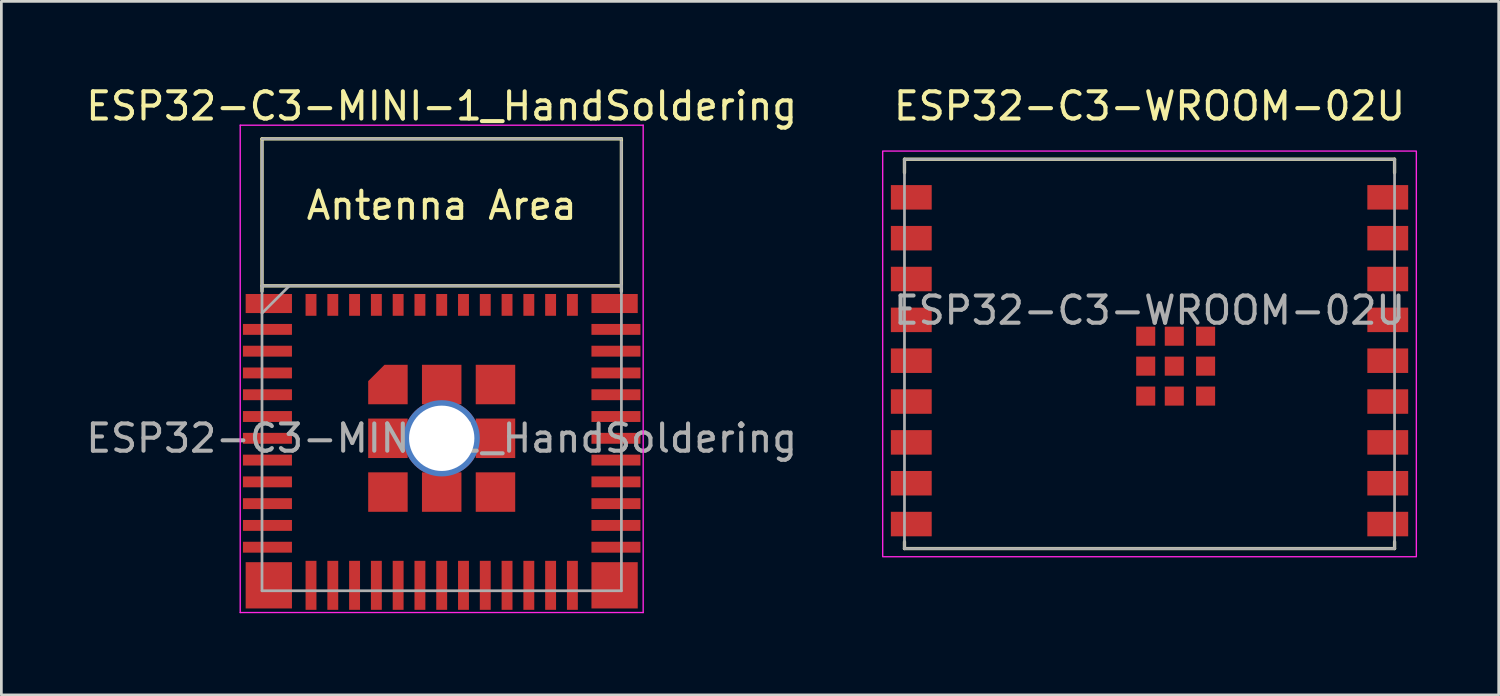
<source format=kicad_pcb>
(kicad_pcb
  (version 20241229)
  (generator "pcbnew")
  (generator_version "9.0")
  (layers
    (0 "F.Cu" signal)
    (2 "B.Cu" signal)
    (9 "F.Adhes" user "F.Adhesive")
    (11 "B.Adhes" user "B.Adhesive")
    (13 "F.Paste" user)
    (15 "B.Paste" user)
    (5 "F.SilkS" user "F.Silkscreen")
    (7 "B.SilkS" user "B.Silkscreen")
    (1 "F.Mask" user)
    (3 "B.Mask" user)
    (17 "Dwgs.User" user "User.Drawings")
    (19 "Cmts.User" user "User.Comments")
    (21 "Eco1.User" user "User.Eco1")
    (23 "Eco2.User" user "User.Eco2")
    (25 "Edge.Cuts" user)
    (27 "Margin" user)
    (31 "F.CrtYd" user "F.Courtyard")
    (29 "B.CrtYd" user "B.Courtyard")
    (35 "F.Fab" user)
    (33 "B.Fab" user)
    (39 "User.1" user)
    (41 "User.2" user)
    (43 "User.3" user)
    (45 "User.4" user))
  (footprint "ESP32-C3-MINI-1_HandSoldering"
    (layer "F.Cu")
    (at 13.173 13.048)
    (property "Reference" "ESP32-C3-MINI-1_HandSoldering" (at 0 -12.2 0) (layer "F.SilkS") (effects (font (size 1 1) (thickness 0.15))))
    (attr smd)
    (fp_line (start -6.6 -11) (end -6.6 -5.4) (stroke (width 0.12) (type solid)) (layer "F.SilkS"))
    (fp_line (start -6.6 -11) (end 6.6 -11) (stroke (width 0.12) (type solid)) (layer "F.SilkS"))
    (fp_line (start -6.6 -5.6) (end 6.6 -5.6) (stroke (width 0.12) (type solid)) (layer "F.SilkS"))
    (fp_line (start 6.6 -11) (end 6.6 -5.4) (stroke (width 0.12) (type solid)) (layer "F.SilkS"))
    (fp_line (start -7.4 -11.5) (end 7.4 -11.5) (stroke (width 0.05) (type solid)) (layer "F.CrtYd"))
    (fp_line (start -7.4 6.4) (end -7.4 -11.5) (stroke (width 0.05) (type solid)) (layer "F.CrtYd"))
    (fp_line (start 7.4 -11.5) (end 7.4 6.4) (stroke (width 0.05) (type solid)) (layer "F.CrtYd"))
    (fp_line (start 7.4 6.4) (end -7.4 6.4) (stroke (width 0.05) (type solid)) (layer "F.CrtYd"))
    (fp_line (start -6.6 -5.595) (end -6.6 5.6) (stroke (width 0.1) (type solid)) (layer "F.Fab"))
    (fp_line (start -6.6 -5.5) (end -6.6 -10.9) (stroke (width 0.1) (type solid)) (layer "F.Fab"))
    (fp_line (start -6.6 5.6) (end 6.6 5.6) (stroke (width 0.1) (type solid)) (layer "F.Fab"))
    (fp_line (start -5.6 -5.595) (end -6.6 -4.595) (stroke (width 0.1) (type solid)) (layer "F.Fab"))
    (fp_line (start 6.6 -11) (end -6.6 -11) (stroke (width 0.1) (type solid)) (layer "F.Fab"))
    (fp_line (start 6.6 -5.6) (end -6.6 -5.6) (stroke (width 0.1) (type solid)) (layer "F.Fab"))
    (fp_line (start 6.6 -5.5) (end 6.6 -10.9) (stroke (width 0.1) (type solid)) (layer "F.Fab"))
    (fp_line (start 6.6 5.6) (end 6.6 -5.595) (stroke (width 0.1) (type solid)) (layer "F.Fab"))
    (fp_text user "Antenna Area" (at 0 -8.55 0) (layer "F.SilkS") (effects (font (size 1 1) (thickness 0.15))))
    (fp_text user "${REFERENCE}" (at 0 0 0) (layer "F.Fab") (effects (font (size 1 1) (thickness 0.15))))
    (pad "1" smd rect (at -6.4 -4 90) (size 0.4 1.8) (layers "F.Cu" "F.Mask" "F.Paste"))
    (pad "2" smd rect (at -6.4 -3.2 90) (size 0.4 1.8) (layers "F.Cu" "F.Mask" "F.Paste"))
    (pad "3" smd rect (at -6.4 -2.4 90) (size 0.4 1.8) (layers "F.Cu" "F.Mask" "F.Paste"))
    (pad "4" smd rect (at -6.4 -1.6 90) (size 0.4 1.8) (layers "F.Cu" "F.Mask" "F.Paste"))
    (pad "5" smd rect (at -6.4 -0.8 90) (size 0.4 1.8) (layers "F.Cu" "F.Mask" "F.Paste"))
    (pad "6" smd rect (at -6.4 0 90) (size 0.4 1.8) (layers "F.Cu" "F.Mask" "F.Paste"))
    (pad "7" smd rect (at -6.4 0.8 90) (size 0.4 1.8) (layers "F.Cu" "F.Mask" "F.Paste"))
    (pad "8" smd rect (at -6.4 1.6 90) (size 0.4 1.8) (layers "F.Cu" "F.Mask" "F.Paste"))
    (pad "9" smd rect (at -6.4 2.4 90) (size 0.4 1.8) (layers "F.Cu" "F.Mask" "F.Paste"))
    (pad "10" smd rect (at -6.4 3.2 90) (size 0.4 1.8) (layers "F.Cu" "F.Mask" "F.Paste"))
    (pad "11" smd rect (at -6.4 4 90) (size 0.4 1.8) (layers "F.Cu" "F.Mask" "F.Paste"))
    (pad "12" smd rect (at -4.8 5.4) (size 0.4 1.8) (layers "F.Cu" "F.Mask" "F.Paste"))
    (pad "13" smd rect (at -4 5.4) (size 0.4 1.8) (layers "F.Cu" "F.Mask" "F.Paste"))
    (pad "14" smd rect (at -3.2 5.4) (size 0.4 1.8) (layers "F.Cu" "F.Mask" "F.Paste"))
    (pad "15" smd rect (at -2.4 5.4) (size 0.4 1.8) (layers "F.Cu" "F.Mask" "F.Paste"))
    (pad "16" smd rect (at -1.6 5.4) (size 0.4 1.8) (layers "F.Cu" "F.Mask" "F.Paste"))
    (pad "17" smd rect (at -0.8 5.4) (size 0.4 1.8) (layers "F.Cu" "F.Mask" "F.Paste"))
    (pad "18" smd rect (at 0 5.4) (size 0.4 1.8) (layers "F.Cu" "F.Mask" "F.Paste"))
    (pad "19" smd rect (at 0.8 5.4) (size 0.4 1.8) (layers "F.Cu" "F.Mask" "F.Paste"))
    (pad "20" smd rect (at 1.6 5.4) (size 0.4 1.8) (layers "F.Cu" "F.Mask" "F.Paste"))
    (pad "21" smd rect (at 2.4 5.4) (size 0.4 1.8) (layers "F.Cu" "F.Mask" "F.Paste"))
    (pad "22" smd rect (at 3.2 5.4) (size 0.4 1.8) (layers "F.Cu" "F.Mask" "F.Paste"))
    (pad "23" smd rect (at 4 5.4) (size 0.4 1.8) (layers "F.Cu" "F.Mask" "F.Paste"))
    (pad "24" smd rect (at 4.8 5.4) (size 0.4 1.8) (layers "F.Cu" "F.Mask" "F.Paste"))
    (pad "25" smd rect (at 6.4 4 90) (size 0.4 1.8) (layers "F.Cu" "F.Mask" "F.Paste"))
    (pad "26" smd rect (at 6.4 3.2 90) (size 0.4 1.8) (layers "F.Cu" "F.Mask" "F.Paste"))
    (pad "27" smd rect (at 6.4 2.4 90) (size 0.4 1.8) (layers "F.Cu" "F.Mask" "F.Paste"))
    (pad "28" smd rect (at 6.4 1.6 90) (size 0.4 1.8) (layers "F.Cu" "F.Mask" "F.Paste"))
    (pad "29" smd rect (at 6.4 0.8 90) (size 0.4 1.8) (layers "F.Cu" "F.Mask" "F.Paste"))
    (pad "30" smd rect (at 6.4 0 90) (size 0.4 1.8) (layers "F.Cu" "F.Mask" "F.Paste"))
    (pad "31" smd rect (at 6.4 -0.8 90) (size 0.4 1.8) (layers "F.Cu" "F.Mask" "F.Paste"))
    (pad "32" smd rect (at 6.4 -1.6 90) (size 0.4 1.8) (layers "F.Cu" "F.Mask" "F.Paste"))
    (pad "33" smd rect (at 6.4 -2.4 90) (size 0.4 1.8) (layers "F.Cu" "F.Mask" "F.Paste"))
    (pad "34" smd rect (at 6.4 -3.2 90) (size 0.4 1.8) (layers "F.Cu" "F.Mask" "F.Paste"))
    (pad "35" smd rect (at 6.4 -4 90) (size 0.4 1.8) (layers "F.Cu" "F.Mask" "F.Paste"))
    (pad "36" smd rect (at 4.8 -4.9) (size 0.4 0.8) (layers "F.Cu" "F.Mask" "F.Paste"))
    (pad "37" smd rect (at 4 -4.9) (size 0.4 0.8) (layers "F.Cu" "F.Mask" "F.Paste"))
    (pad "38" smd rect (at 3.2 -4.9) (size 0.4 0.8) (layers "F.Cu" "F.Mask" "F.Paste"))
    (pad "39" smd rect (at 2.4 -4.9) (size 0.4 0.8) (layers "F.Cu" "F.Mask" "F.Paste"))
    (pad "40" smd rect (at 1.6 -4.9) (size 0.4 0.8) (layers "F.Cu" "F.Mask" "F.Paste"))
    (pad "41" smd rect (at 0.8 -4.9) (size 0.4 0.8) (layers "F.Cu" "F.Mask" "F.Paste"))
    (pad "42" smd rect (at 0 -4.9) (size 0.4 0.8) (layers "F.Cu" "F.Mask" "F.Paste"))
    (pad "43" smd rect (at -0.8 -4.9) (size 0.4 0.8) (layers "F.Cu" "F.Mask" "F.Paste"))
    (pad "44" smd rect (at -1.6 -4.9) (size 0.4 0.8) (layers "F.Cu" "F.Mask" "F.Paste"))
    (pad "45" smd rect (at -2.4 -4.9) (size 0.4 0.8) (layers "F.Cu" "F.Mask" "F.Paste"))
    (pad "46" smd rect (at -3.2 -4.9) (size 0.4 0.8) (layers "F.Cu" "F.Mask" "F.Paste"))
    (pad "47" smd rect (at -4 -4.9) (size 0.4 0.8) (layers "F.Cu" "F.Mask" "F.Paste"))
    (pad "48" smd rect (at -4.8 -4.9) (size 0.4 0.8) (layers "F.Cu" "F.Mask" "F.Paste"))
    (pad "49" smd custom (at -1.975 -1.975) (size 0.8 0.8) (layers "F.Cu" "F.Mask" "F.Paste") (options (anchor rect)) (primitives (gr_poly (pts (xy 0.725 0.725) (xy -0.725 0.725) (xy -0.725 -0.125) (xy -0.125 -0.725) (xy 0.725 -0.725)) (width 0) (fill yes))))
    (pad "49" smd rect (at -1.975 0 90) (size 1.45 1.45) (layers "F.Cu" "F.Mask" "F.Paste"))
    (pad "49" smd rect (at -1.975 1.975 90) (size 1.45 1.45) (layers "F.Cu" "F.Mask" "F.Paste"))
    (pad "49" smd rect (at 0 -1.975 90) (size 1.45 1.45) (layers "F.Cu" "F.Mask" "F.Paste"))
    (pad "49" thru_hole circle (at 0 0 90) (size 2.8 2.8) (drill 2.4) (layers "*.Cu" "*.Mask"))
    (pad "49" smd rect (at 0 1.975 90) (size 1.45 1.45) (layers "F.Cu" "F.Mask" "F.Paste"))
    (pad "49" smd rect (at 1.975 -1.975 90) (size 1.45 1.45) (layers "F.Cu" "F.Mask" "F.Paste"))
    (pad "49" smd rect (at 1.975 0 90) (size 1.45 1.45) (layers "F.Cu" "F.Mask" "F.Paste"))
    (pad "49" smd rect (at 1.975 1.975 90) (size 1.45 1.45) (layers "F.Cu" "F.Mask" "F.Paste"))
    (pad "50" smd rect (at 6.35 -4.95 90) (size 0.7 1.7) (layers "F.Cu" "F.Mask" "F.Paste"))
    (pad "51" smd rect (at 6.35 5.4 90) (size 1.7 1.7) (layers "F.Cu" "F.Mask" "F.Paste"))
    (pad "52" smd rect (at -6.35 5.4 90) (size 1.7 1.7) (layers "F.Cu" "F.Mask" "F.Paste"))
    (pad "53" smd rect (at -6.35 -4.95 90) (size 0.7 1.7) (layers "F.Cu" "F.Mask" "F.Paste"))
    (zone (net_name "") (layers "F.Cu" "B.Cu") (name "antenna keepout") (hatch edge 0.508) (connect_pads) (min_thickness 0.254) (filled_areas_thickness no) (keepout (tracks not_allowed) (vias not_allowed) (pads not_allowed) (copperpour not_allowed) (footprints not_allowed)) (placement (enabled no)) (fill) (polygon (pts (xy 19.773 7.448) (xy 6.573 7.448) (xy 6.573 2.048) (xy 19.773 2.048)))))
  (footprint "ESP32-C3-WROOM-02U"
    (layer "F.Cu")
    (at 39.17 9.948)
    (property "Reference" "ESP32-C3-WROOM-02U" (at 0 -9.1 0) (layer "F.SilkS") (effects (font (size 1 1) (thickness 0.15))))
    (attr smd)
    (fp_line (start -9 -7.15) (end -9 -6.65) (stroke (width 0.12) (type solid)) (layer "F.SilkS"))
    (fp_line (start -9 7.15) (end -9 6.9) (stroke (width 0.12) (type solid)) (layer "F.SilkS"))
    (fp_line (start 9 -7.15) (end -9 -7.15) (stroke (width 0.12) (type solid)) (layer "F.SilkS"))
    (fp_line (start 9 -7.15) (end 9 -6.65) (stroke (width 0.12) (type solid)) (layer "F.SilkS"))
    (fp_line (start 9 6.9) (end 9 7.15) (stroke (width 0.12) (type solid)) (layer "F.SilkS"))
    (fp_line (start 9 7.15) (end -9 7.15) (stroke (width 0.12) (type solid)) (layer "F.SilkS"))
    (fp_poly (pts (xy 9.8 7.45) (xy -9.8 7.45) (xy -9.8 -7.45) (xy 9.8 -7.45)) (stroke (width 0.05) (type solid)) (fill no) (layer "F.CrtYd"))
    (fp_line (start -9 -7.15) (end 9 -7.15) (stroke (width 0.1) (type solid)) (layer "F.Fab"))
    (fp_line (start -9 7.15) (end -9 -7.15) (stroke (width 0.1) (type solid)) (layer "F.Fab"))
    (fp_line (start 9 -7.15) (end 9 7.15) (stroke (width 0.1) (type solid)) (layer "F.Fab"))
    (fp_line (start 9 7.15) (end -9 7.15) (stroke (width 0.1) (type solid)) (layer "F.Fab"))
    (fp_text user "${REFERENCE}" (at 0 -1.6 0) (layer "F.Fab") (effects (font (size 1 1) (thickness 0.15))))
    (pad "1" smd rect (at -8.75 -5.75) (size 1.5 0.9) (layers "F.Cu" "F.Mask" "F.Paste"))
    (pad "2" smd rect (at -8.75 -4.25) (size 1.5 0.9) (layers "F.Cu" "F.Mask" "F.Paste"))
    (pad "3" smd rect (at -8.75 -2.75) (size 1.5 0.9) (layers "F.Cu" "F.Mask" "F.Paste"))
    (pad "4" smd rect (at -8.75 -1.25) (size 1.5 0.9) (layers "F.Cu" "F.Mask" "F.Paste"))
    (pad "5" smd rect (at -8.75 0.25) (size 1.5 0.9) (layers "F.Cu" "F.Mask" "F.Paste"))
    (pad "6" smd rect (at -8.75 1.75) (size 1.5 0.9) (layers "F.Cu" "F.Mask" "F.Paste"))
    (pad "7" smd rect (at -8.75 3.25) (size 1.5 0.9) (layers "F.Cu" "F.Mask" "F.Paste"))
    (pad "8" smd rect (at -8.75 4.75) (size 1.5 0.9) (layers "F.Cu" "F.Mask" "F.Paste"))
    (pad "9" smd rect (at -8.75 6.25) (size 1.5 0.9) (layers "F.Cu" "F.Mask" "F.Paste"))
    (pad "10" smd rect (at 8.75 6.25 180) (size 1.5 0.9) (layers "F.Cu" "F.Mask" "F.Paste"))
    (pad "11" smd rect (at 8.75 4.75 180) (size 1.5 0.9) (layers "F.Cu" "F.Mask" "F.Paste"))
    (pad "12" smd rect (at 8.75 3.25 180) (size 1.5 0.9) (layers "F.Cu" "F.Mask" "F.Paste"))
    (pad "13" smd rect (at 8.75 1.75 180) (size 1.5 0.9) (layers "F.Cu" "F.Mask" "F.Paste"))
    (pad "14" smd rect (at 8.75 0.25 180) (size 1.5 0.9) (layers "F.Cu" "F.Mask" "F.Paste"))
    (pad "15" smd rect (at 8.75 -1.25 180) (size 1.5 0.9) (layers "F.Cu" "F.Mask" "F.Paste"))
    (pad "16" smd rect (at 8.75 -2.75 180) (size 1.5 0.9) (layers "F.Cu" "F.Mask" "F.Paste"))
    (pad "17" smd rect (at 8.75 -4.25 180) (size 1.5 0.9) (layers "F.Cu" "F.Mask" "F.Paste"))
    (pad "18" smd rect (at 8.75 -5.75 180) (size 1.5 0.9) (layers "F.Cu" "F.Mask" "F.Paste"))
    (pad "19" smd rect (at -0.14 -0.65 180) (size 0.7 0.7) (layers "F.Cu" "F.Mask" "F.Paste"))
    (pad "19" smd rect (at -0.14 0.45 180) (size 0.7 0.7) (layers "F.Cu" "F.Mask" "F.Paste"))
    (pad "19" smd rect (at -0.14 1.55 180) (size 0.7 0.7) (layers "F.Cu" "F.Mask" "F.Paste"))
    (pad "19" smd rect (at 0.91 -0.65 180) (size 0.7 0.7) (layers "F.Cu" "F.Mask" "F.Paste"))
    (pad "19" smd rect (at 0.91 0.45 180) (size 0.7 0.7) (layers "F.Cu" "F.Mask" "F.Paste"))
    (pad "19" smd rect (at 0.91 1.55 180) (size 0.7 0.7) (layers "F.Cu" "F.Mask" "F.Paste"))
    (pad "19" smd rect (at 2.06 -0.65 180) (size 0.7 0.7) (layers "F.Cu" "F.Mask" "F.Paste"))
    (pad "19" smd rect (at 2.06 0.45 180) (size 0.7 0.7) (layers "F.Cu" "F.Mask" "F.Paste"))
    (pad "19" smd rect (at 2.06 1.55 180) (size 0.7 0.7) (layers "F.Cu" "F.Mask" "F.Paste")))
  (gr_rect
    (start -3 -3)
    (end 51.995 22.473)
    (stroke (width 0.1) (type default))
    (fill no)
    (layer "Edge.Cuts")))
</source>
